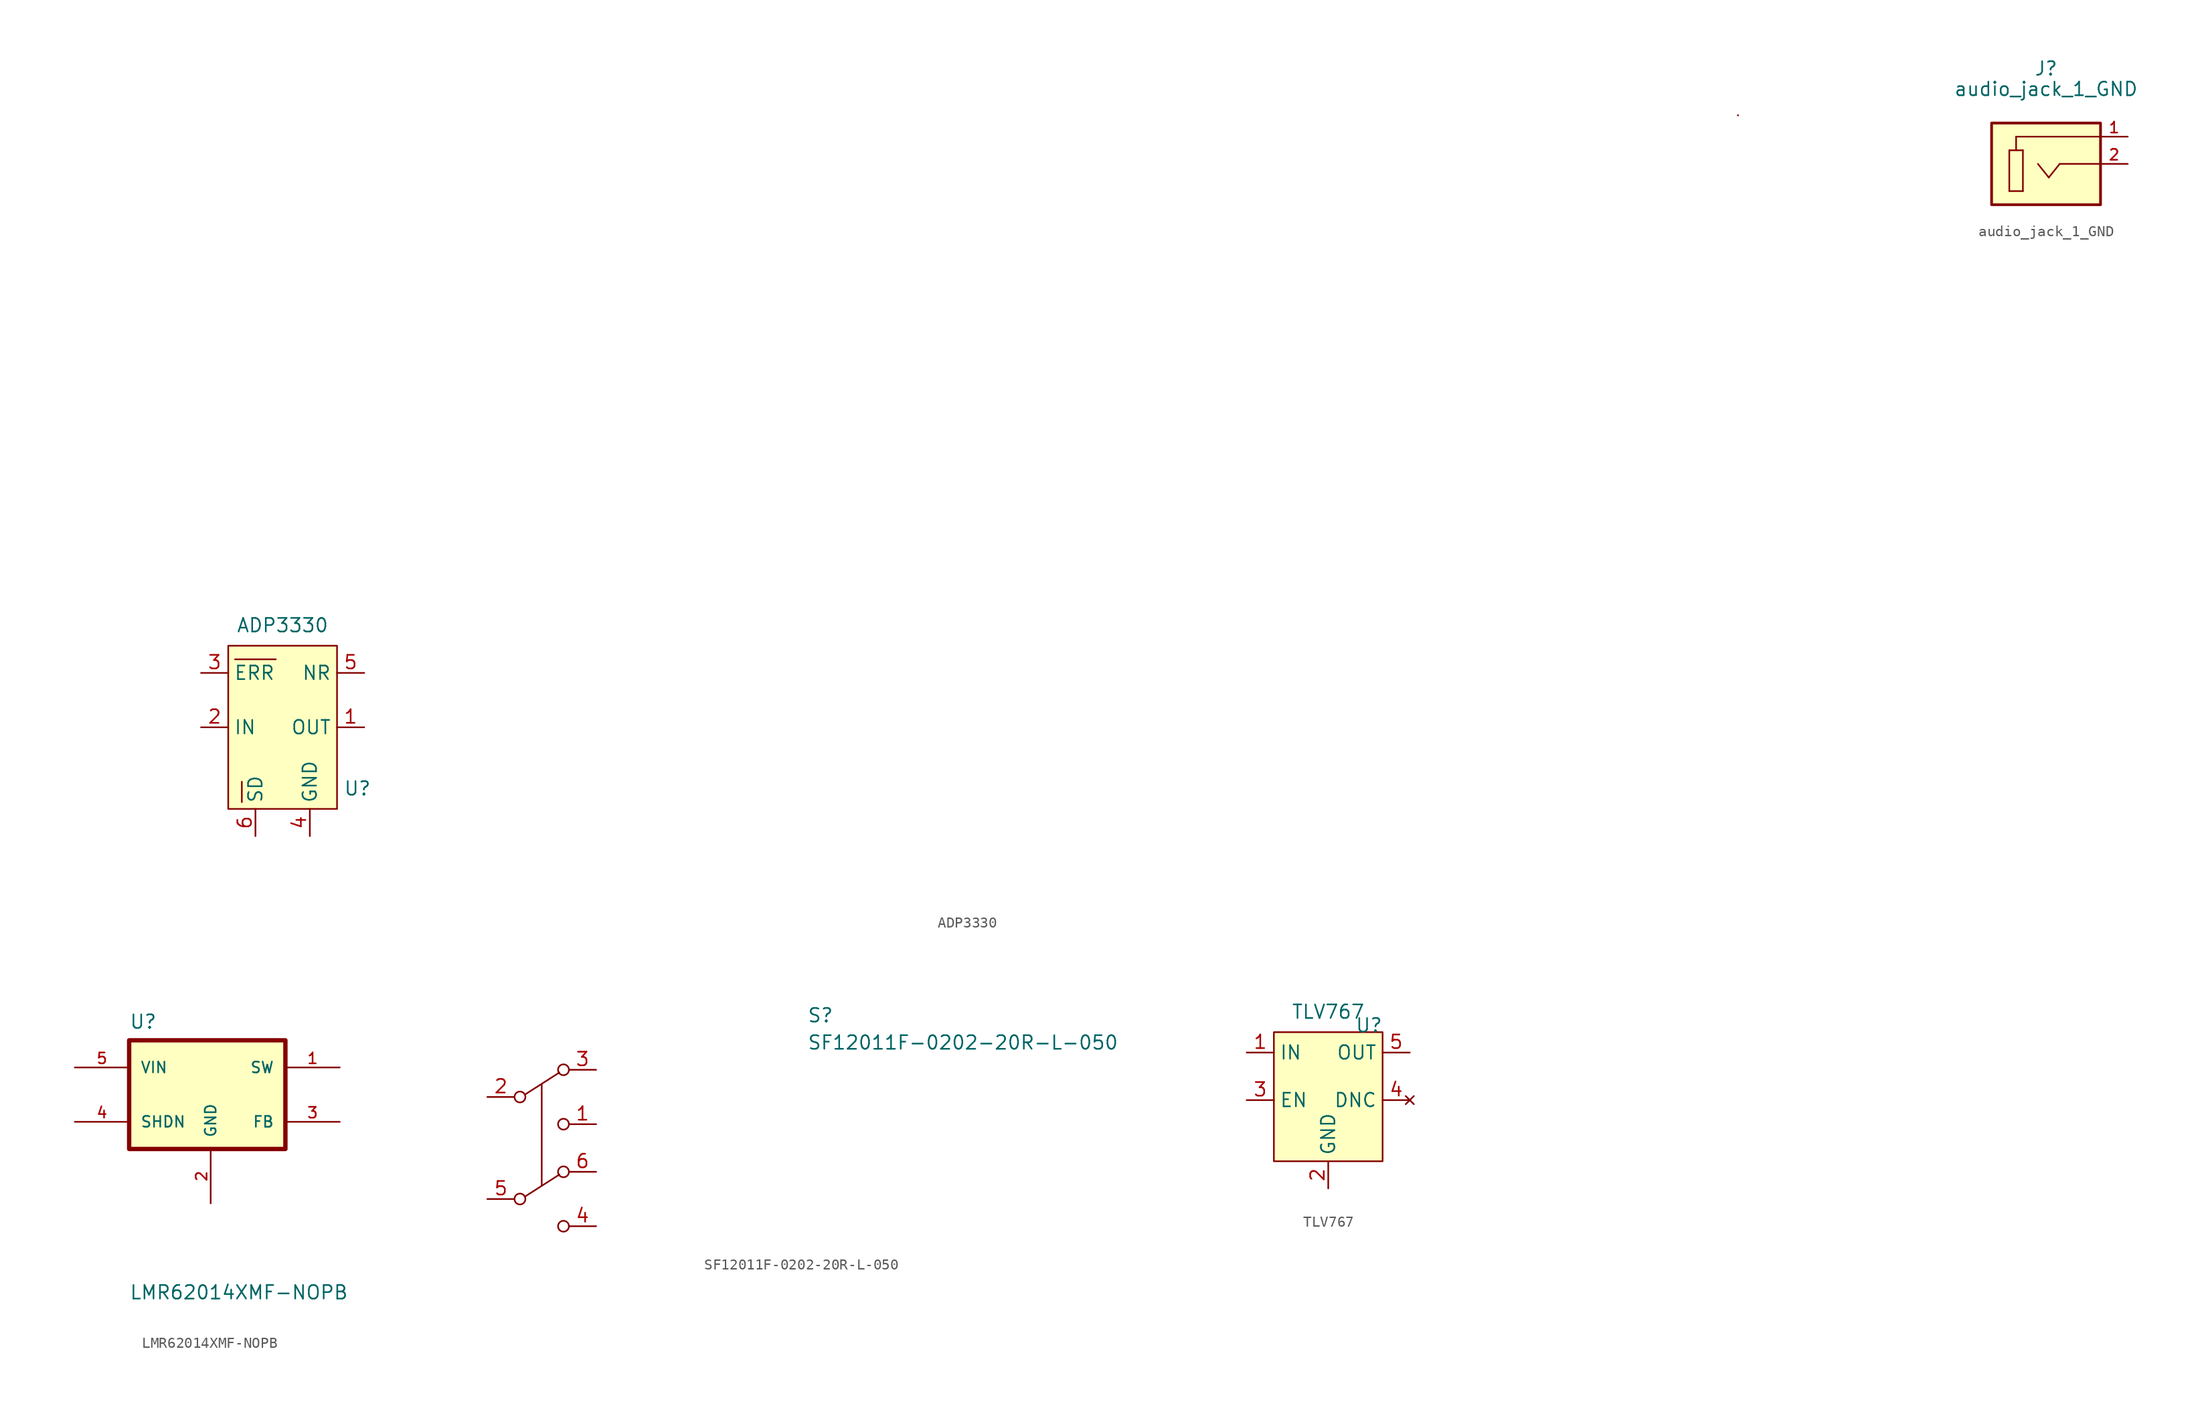
<source format=kicad_sym>
(kicad_symbol_lib
  (version 20211014)
  (generator kicad_symbol_editor)
  (symbol "ADP3330"
    (property "Reference" "U"
      (at 6.985 -5.715 0)
      (effects (font (size 1.27 1.27))))
    (property "Value" "ADP3330"
      (at 0 9.525 0)
      (effects (font (size 1.27 1.27))))
    (symbol "ADP3330_0_1"
      (rectangle (start -5.08 7.62) (end 5.08 -7.62) (stroke (width 0) (type default) (color 0 0 0 0)) (fill (type background)))
      (polyline (pts (xy -3.81 -6.985) (xy -3.81 -5.08)) (stroke (width 0) (type default) (color 0 0 0 0)) (fill (type none)))
      (polyline (pts (xy -0.635 6.35) (xy -4.445 6.35)) (stroke (width 0) (type default) (color 0 0 0 0)) (fill (type none)))
      (polyline (pts (xy 135.89 57.15) (xy 135.89 57.15)) (stroke (width 0) (type default) (color 0 0 0 0)) (fill (type none)))
      (rectangle (start 135.89 57.15) (end 135.89 57.15) (stroke (width 0) (type default) (color 0 0 0 0)) (fill (type none))))
    (symbol "ADP3330_1_1"
      (pin power_out line (at 7.62 0 180) (length 2.54) (name "OUT" (effects (font (size 1.27 1.27)))) (number "1" (effects (font (size 1.27 1.27)))))
      (pin power_in line (at -7.62 0 0) (length 2.54) (name "IN" (effects (font (size 1.27 1.27)))) (number "2" (effects (font (size 1.27 1.27)))))
      (pin input line (at -7.62 5.08 0) (length 2.54) (name "ERR" (effects (font (size 1.27 1.27)))) (number "3" (effects (font (size 1.27 1.27)))))
      (pin passive line (at 2.54 -10.16 90) (length 2.54) (name "GND" (effects (font (size 1.27 1.27)))) (number "4" (effects (font (size 1.27 1.27)))))
      (pin passive line (at 7.62 5.08 180) (length 2.54) (name "NR" (effects (font (size 1.27 1.27)))) (number "5" (effects (font (size 1.27 1.27)))))
      (pin input line (at -2.54 -10.16 90) (length 2.54) (name "SD" (effects (font (size 1.27 1.27)))) (number "6" (effects (font (size 1.27 1.27)))))))
  (symbol "audio_jack_1_GND"
    (property "Reference" "J"
      (at 0 8.89 0)
      (effects (font (size 1.27 1.27))))
    (property "Value" "audio_jack_1_GND"
      (at 0 6.985 0)
      (effects (font (size 1.27 1.27))))
    (symbol "audio_jack_1_GND_0_0"
      (rectangle (start -5.08 3.81) (end 5.08 -3.81) (stroke (width 0.254) (type default) (color 0 0 0 0)) (fill (type background)))
      (polyline (pts (xy -3.429 -2.54) (xy -2.159 -2.54)) (stroke (width 0.152) (type default) (color 0 0 0 0)) (fill (type none)))
      (polyline (pts (xy -3.429 1.27) (xy -3.429 -2.54)) (stroke (width 0.152) (type default) (color 0 0 0 0)) (fill (type none)))
      (polyline (pts (xy -2.794 1.27) (xy -3.429 1.27)) (stroke (width 0.152) (type default) (color 0 0 0 0)) (fill (type none)))
      (polyline (pts (xy -2.794 1.27) (xy -2.794 2.54)) (stroke (width 0.152) (type default) (color 0 0 0 0)) (fill (type none)))
      (polyline (pts (xy -2.794 2.54) (xy 5.08 2.54)) (stroke (width 0.152) (type default) (color 0 0 0 0)) (fill (type none)))
      (polyline (pts (xy -2.159 -2.54) (xy -2.159 1.27)) (stroke (width 0.152) (type default) (color 0 0 0 0)) (fill (type none)))
      (polyline (pts (xy -2.159 1.27) (xy -2.794 1.27)) (stroke (width 0.152) (type default) (color 0 0 0 0)) (fill (type none)))
      (polyline (pts (xy 0.254 -1.27) (xy -0.762 0)) (stroke (width 0.152) (type default) (color 0 0 0 0)) (fill (type none)))
      (polyline (pts (xy 1.27 0) (xy 0.254 -1.27)) (stroke (width 0.152) (type default) (color 0 0 0 0)) (fill (type none)))
      (polyline (pts (xy 5.08 0) (xy 1.27 0)) (stroke (width 0.152) (type default) (color 0 0 0 0)) (fill (type none)))
      (pin passive line (at 7.62 2.54 180) (length 2.54) (name "~" (effects (font (size 1.016 1.016)))) (number "1" (effects (font (size 1.016 1.016)))))
      (pin passive line (at 7.62 0 180) (length 2.54) (name "~" (effects (font (size 1.016 1.016)))) (number "2" (effects (font (size 1.016 1.016)))))))
  (symbol "LMR62014XMF-NOPB"
    (pin_names
      (offset 1.016))
    (property "Reference" "U"
      (at -7.62 6.071 0)
      (effects (font (size 1.27 1.27)) (justify left bottom)))
    (property "Value" "LMR62014XMF-NOPB"
      (at -7.62 -19.228 0)
      (effects (font (size 1.27 1.27)) (justify left bottom)))
    (symbol "LMR62014XMF-NOPB_0_0"
      (rectangle (start -7.62 5.08) (end 6.985 -5.08) (stroke (width 0.406) (type default) (color 0 0 0 0)) (fill (type background)))
      (pin output line (at 12.065 2.54 180) (length 5.08) (name "SW" (effects (font (size 1.016 1.016)))) (number "1" (effects (font (size 1.016 1.016)))))
      (pin power_in line (at 0 -10.16 90) (length 5.08) (name "GND" (effects (font (size 1.016 1.016)))) (number "2" (effects (font (size 1.016 1.016)))))
      (pin input line (at 12.065 -2.54 180) (length 5.08) (name "FB" (effects (font (size 1.016 1.016)))) (number "3" (effects (font (size 1.016 1.016)))))
      (pin input line (at -12.7 -2.54 0) (length 5.08) (name "SHDN" (effects (font (size 1.016 1.016)))) (number "4" (effects (font (size 1.016 1.016)))))
      (pin input line (at -12.7 2.54 0) (length 5.08) (name "VIN" (effects (font (size 1.016 1.016)))) (number "5" (effects (font (size 1.016 1.016)))))))
  (symbol "SF12011F-0202-20R-L-050"
    (pin_names
      (offset 0.762))
    (property "Reference" "S"
      (at 26.67 7.62 0)
      (effects (font (size 1.27 1.27)) (justify left)))
    (property "Value" "SF12011F-0202-20R-L-050"
      (at 26.67 5.08 0)
      (effects (font (size 1.27 1.27)) (justify left)))
    (symbol "SF12011F-0202-20R-L-050_0_0"
      (circle (center -0.127 -9.525) (radius 0.508) (stroke (width 0) (type default) (color 0 0 0 0)) (fill (type none)))
      (circle (center -0.127 0) (radius 0.508) (stroke (width 0) (type default) (color 0 0 0 0)) (fill (type none)))
      (circle (center 3.937 -12.065) (radius 0.508) (stroke (width 0) (type default) (color 0 0 0 0)) (fill (type none)))
      (circle (center 3.937 -2.54) (radius 0.508) (stroke (width 0) (type default) (color 0 0 0 0)) (fill (type none))))
    (symbol "SF12011F-0202-20R-L-050_0_1"
      (polyline (pts (xy 0.381 -9.271) (xy 3.556 -7.239)) (stroke (width 0) (type default) (color 0 0 0 0)) (fill (type none)))
      (polyline (pts (xy 0.381 0.254) (xy 3.556 2.286)) (stroke (width 0) (type default) (color 0 0 0 0)) (fill (type none)))
      (polyline (pts (xy 1.905 -8.255) (xy 1.905 1.194)) (stroke (width 0) (type default) (color 0 0 0 0)) (fill (type none)))
      (circle (center 3.937 -6.985) (radius 0.508) (stroke (width 0) (type default) (color 0 0 0 0)) (fill (type none)))
      (circle (center 3.937 2.54) (radius 0.508) (stroke (width 0) (type default) (color 0 0 0 0)) (fill (type none))))
    (symbol "SF12011F-0202-20R-L-050_1_1"
      (pin passive line (at 6.985 -2.54 180) (length 2.54) (name "" (effects (font (size 1.27 1.27)))) (number "1" (effects (font (size 1.27 1.27)))))
      (pin passive line (at -3.175 0 0) (length 2.54) (name "" (effects (font (size 1.27 1.27)))) (number "2" (effects (font (size 1.27 1.27)))))
      (pin passive line (at 6.985 2.54 180) (length 2.54) (name "" (effects (font (size 1.27 1.27)))) (number "3" (effects (font (size 1.27 1.27)))))
      (pin passive line (at 6.985 -12.065 180) (length 2.54) (name "" (effects (font (size 1.27 1.27)))) (number "4" (effects (font (size 1.27 1.27)))))
      (pin passive line (at -3.175 -9.525 0) (length 2.54) (name "" (effects (font (size 1.27 1.27)))) (number "5" (effects (font (size 1.27 1.27)))))
      (pin passive line (at 6.985 -6.985 180) (length 2.54) (name "" (effects (font (size 1.27 1.27)))) (number "6" (effects (font (size 1.27 1.27)))))))
  (symbol "TLV767"
    (property "Reference" "U"
      (at 3.81 4.445 0)
      (effects (font (size 1.27 1.27))))
    (property "Value" "TLV767"
      (at 0 5.715 0)
      (effects (font (size 1.27 1.27))))
    (symbol "TLV767_0_1"
      (rectangle (start -5.08 3.81) (end 5.08 -8.255) (stroke (width 0) (type default) (color 0 0 0 0)) (fill (type background))))
    (symbol "TLV767_1_1"
      (pin power_in line (at -7.62 1.905 0) (length 2.54) (name "IN" (effects (font (size 1.27 1.27)))) (number "1" (effects (font (size 1.27 1.27)))))
      (pin passive line (at 0 -10.795 90) (length 2.54) (name "GND" (effects (font (size 1.27 1.27)))) (number "2" (effects (font (size 1.27 1.27)))))
      (pin passive line (at -7.62 -2.54 0) (length 2.54) (name "EN" (effects (font (size 1.27 1.27)))) (number "3" (effects (font (size 1.27 1.27)))))
      (pin no_connect line (at 7.62 -2.54 180) (length 2.54) (name "DNC" (effects (font (size 1.27 1.27)))) (number "4" (effects (font (size 1.27 1.27)))))
      (pin power_out line (at 7.62 1.905 180) (length 2.54) (name "OUT" (effects (font (size 1.27 1.27)))) (number "5" (effects (font (size 1.27 1.27))))))))
</source>
